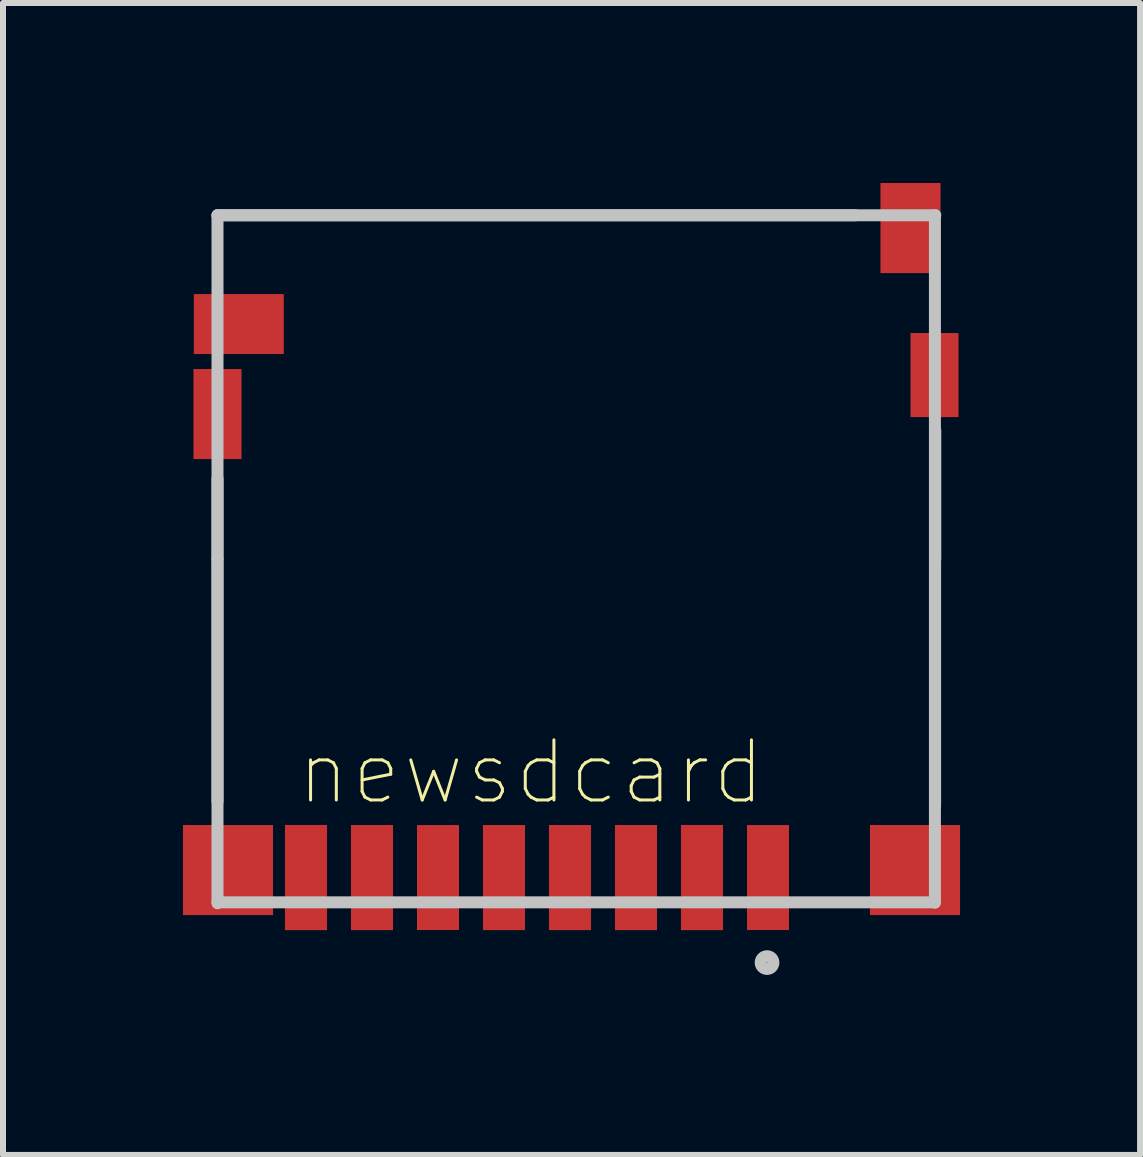
<source format=kicad_pcb>
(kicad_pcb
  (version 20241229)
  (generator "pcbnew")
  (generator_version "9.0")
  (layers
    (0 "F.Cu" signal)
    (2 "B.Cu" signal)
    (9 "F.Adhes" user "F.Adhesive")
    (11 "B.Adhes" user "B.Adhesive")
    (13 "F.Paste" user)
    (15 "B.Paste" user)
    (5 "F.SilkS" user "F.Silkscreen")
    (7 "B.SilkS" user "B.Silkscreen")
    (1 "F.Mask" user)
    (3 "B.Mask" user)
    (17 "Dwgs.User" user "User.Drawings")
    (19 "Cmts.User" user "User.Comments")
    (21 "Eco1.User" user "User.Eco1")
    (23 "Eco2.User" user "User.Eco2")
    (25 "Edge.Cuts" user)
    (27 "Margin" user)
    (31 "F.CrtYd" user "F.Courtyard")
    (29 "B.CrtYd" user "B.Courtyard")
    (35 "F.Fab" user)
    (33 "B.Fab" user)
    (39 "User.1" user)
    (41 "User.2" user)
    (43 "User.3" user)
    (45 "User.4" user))
  (footprint "newsdcard"
    (layer "F.Cu")
    (at 0.575 0.538)
    (property "Reference" "newsdcard" (at 5.225 9.284 0) (layer "F.SilkS") (effects (font (size 1.002 1.002) (thickness 0.05))))
    (attr smd)
    (fp_line (start 0 0) (end 10.631 0) (stroke (width 0.2) (type solid)) (layer "Dwgs.User"))
    (fp_line (start 0 0) (end 11.963 0) (stroke (width 0.2) (type solid)) (layer "Dwgs.User"))
    (fp_line (start 0 5.729) (end 0 4.388) (stroke (width 0.2) (type solid)) (layer "Dwgs.User"))
    (fp_line (start 0 5.735) (end 0 9.771) (stroke (width 0.2) (type solid)) (layer "Dwgs.User"))
    (fp_line (start 0 11.466) (end 0 0) (stroke (width 0.2) (type solid)) (layer "Dwgs.User"))
    (fp_line (start 11.951 11.451) (end 0 11.451) (stroke (width 0.2) (type solid)) (layer "Dwgs.User"))
    (fp_line (start 11.957 0) (end 11.957 11.457) (stroke (width 0.2) (type solid)) (layer "Dwgs.User"))
    (fp_line (start 11.96 5.73) (end 11.96 9.841) (stroke (width 0.2) (type solid)) (layer "Dwgs.User"))
    (fp_line (start 11.963 5.731) (end 11.963 3.583) (stroke (width 0.2) (type solid)) (layer "Dwgs.User"))
    (fp_circle (center 9.159 12.455) (end 9.265 12.455) (stroke (width 0.2) (type solid)) (fill no) (layer "Dwgs.User"))
    (pad "1" smd rect (at 9.175 11.038 90) (size 1.75 0.7) (layers "F.Cu" "F.Mask" "F.Paste"))
    (pad "2" smd rect (at 8.075 11.038 90) (size 1.753 0.701) (layers "F.Cu" "F.Mask" "F.Paste"))
    (pad "3" smd rect (at 6.975 11.038 90) (size 1.752 0.701) (layers "F.Cu" "F.Mask" "F.Paste"))
    (pad "4" smd rect (at 5.875 11.038 90) (size 1.752 0.701) (layers "F.Cu" "F.Mask" "F.Paste"))
    (pad "5" smd rect (at 4.775 11.038 90) (size 1.752 0.701) (layers "F.Cu" "F.Mask" "F.Paste"))
    (pad "6" smd rect (at 3.675 11.038 90) (size 1.75 0.7) (layers "F.Cu" "F.Mask" "F.Paste"))
    (pad "7" smd rect (at 2.575 11.038 90) (size 1.752 0.701) (layers "F.Cu" "F.Mask" "F.Paste"))
    (pad "8" smd rect (at 1.475 11.038 90) (size 1.753 0.701) (layers "F.Cu" "F.Mask" "F.Paste"))
    (pad "9" smd rect (at 0.355 1.813) (size 1.5 1) (layers "F.Cu" "F.Mask" "F.Paste"))
    (pad "10" smd rect (at 11.55 0.213 90) (size 1.502 1.001) (layers "F.Cu" "F.Mask" "F.Paste"))
    (pad "11" smd rect (at 0 3.313 90) (size 1.501 0.801) (layers "F.Cu" "F.Mask" "F.Paste"))
    (pad "11" smd rect (at 0.175 10.913) (size 1.501 1.501) (layers "F.Cu" "F.Mask" "F.Paste"))
    (pad "11" smd rect (at 11.625 10.913) (size 1.502 1.502) (layers "F.Cu" "F.Mask" "F.Paste"))
    (pad "11" smd rect (at 11.95 2.663 90) (size 1.401 0.8) (layers "F.Cu" "F.Mask" "F.Paste")))
  (gr_rect
    (start -3 -3)
    (end 15.951 16.199)
    (stroke (width 0.1) (type default))
    (fill no)
    (layer "Edge.Cuts")))
</source>
